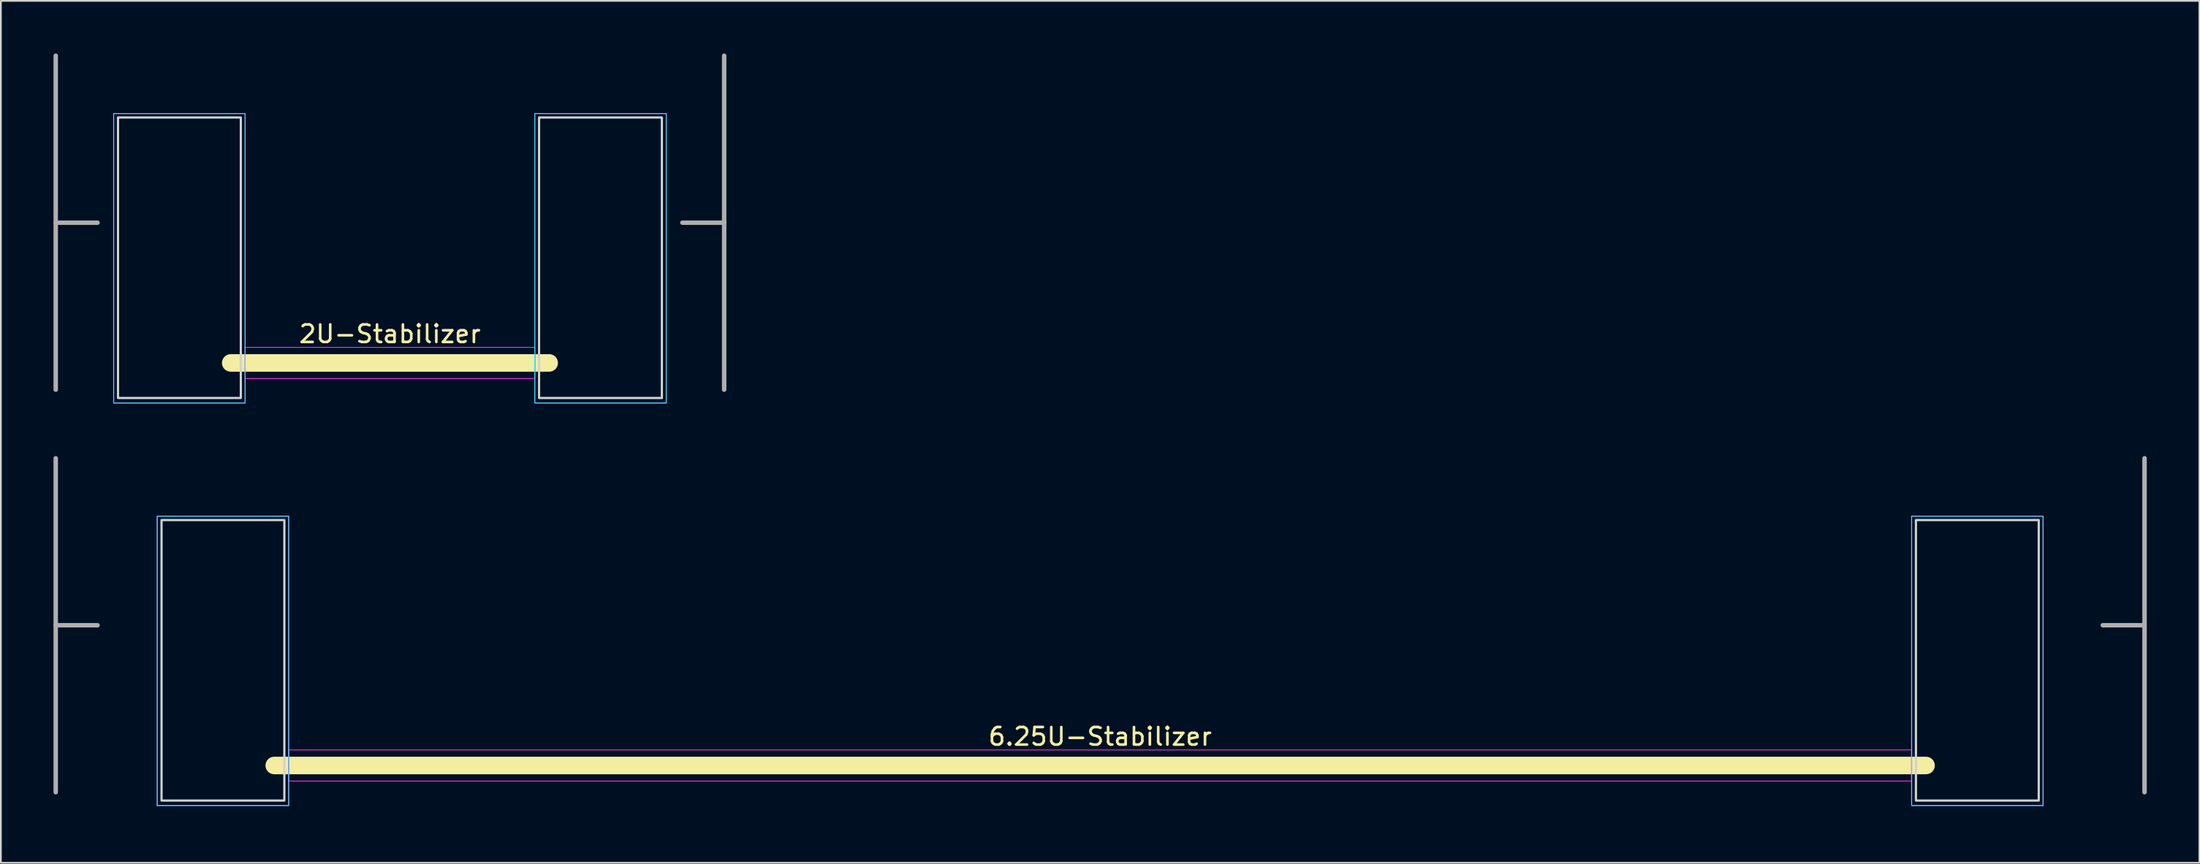
<source format=kicad_pcb>
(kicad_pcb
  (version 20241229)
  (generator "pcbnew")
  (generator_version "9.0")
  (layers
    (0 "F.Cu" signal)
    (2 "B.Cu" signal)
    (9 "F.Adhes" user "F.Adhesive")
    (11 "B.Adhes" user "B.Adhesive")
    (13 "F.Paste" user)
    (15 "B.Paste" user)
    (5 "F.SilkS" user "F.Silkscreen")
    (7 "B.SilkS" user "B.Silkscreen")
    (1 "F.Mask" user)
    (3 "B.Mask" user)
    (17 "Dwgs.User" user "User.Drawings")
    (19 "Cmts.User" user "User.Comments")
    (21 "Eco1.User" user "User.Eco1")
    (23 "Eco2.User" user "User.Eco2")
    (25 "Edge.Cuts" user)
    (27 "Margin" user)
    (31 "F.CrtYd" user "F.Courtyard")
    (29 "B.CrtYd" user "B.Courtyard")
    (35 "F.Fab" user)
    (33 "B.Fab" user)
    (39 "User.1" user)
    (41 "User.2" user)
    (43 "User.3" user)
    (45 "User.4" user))
  (footprint "2U-Stabilizer"
    (layer "F.Cu")
    (at 19.177 9.652)
    (property "Reference" "2U-Stabilizer" (at 0 6.35 0) (unlocked yes) (layer "F.SilkS") (effects (font (size 1 1) (thickness 0.15))))
    (attr smd)
    (fp_line (start 9.075 8) (end -9.075 8) (stroke (width 1) (type default)) (layer "F.SilkS"))
    (fp_rect (start -15.5 -6) (end -8.5 10) (stroke (width 0.127) (type default)) (fill no) (layer "Edge.Cuts"))
    (fp_rect (start 8.5 -6) (end 15.5 10) (stroke (width 0.127) (type default)) (fill no) (layer "Edge.Cuts"))
    (fp_rect (start -15.748 -6.223) (end -8.255 10.287) (stroke (width 0.05) (type default)) (fill no) (layer "B.CrtYd"))
    (fp_rect (start 8.255 -6.223) (end 15.748 10.287) (stroke (width 0.05) (type default)) (fill no) (layer "B.CrtYd"))
    (fp_rect (start -15.748 -6.223) (end -8.255 10.287) (stroke (width 0.05) (type default)) (fill no) (layer "F.CrtYd"))
    (fp_rect (start -8.255 7.112) (end 8.255 8.89) (stroke (width 0.05) (type default)) (fill no) (layer "F.CrtYd"))
    (fp_rect (start 8.255 -6.223) (end 15.748 10.287) (stroke (width 0.05) (type default)) (fill no) (layer "F.CrtYd"))
    (fp_line (start -19.05 -9.525) (end -19.05 9.525) (stroke (width 0.254) (type default)) (layer "F.Fab"))
    (fp_line (start -19.05 0) (end -16.669 0) (stroke (width 0.254) (type default)) (layer "F.Fab"))
    (fp_line (start 19.05 -9.525) (end 19.05 9.525) (stroke (width 0.254) (type default)) (layer "F.Fab"))
    (fp_line (start 19.05 0) (end 16.669 0) (stroke (width 0.254) (type default)) (layer "F.Fab"))
    (fp_circle (center 0 0) (end 0.01 0) (stroke (width 0.0001) (type default)) (fill no) (layer "F.Fab"))
    (fp_line (start -15 -5.6) (end -15 6.9) (stroke (width 0.1) (type default)) (layer "User.1"))
    (fp_line (start -15 6.9) (end -13.25 6.9) (stroke (width 0.1) (type default)) (layer "User.1"))
    (fp_line (start -13.25 6.9) (end -13.25 8.4) (stroke (width 0.1) (type default)) (layer "User.1"))
    (fp_line (start -13.25 8.4) (end -10.75 8.4) (stroke (width 0.1) (type default)) (layer "User.1"))
    (fp_line (start -10.75 6.9) (end -9 6.9) (stroke (width 0.1) (type default)) (layer "User.1"))
    (fp_line (start -10.75 8.4) (end -10.75 6.9) (stroke (width 0.1) (type default)) (layer "User.1"))
    (fp_line (start -9 -5.6) (end -15 -5.6) (stroke (width 0.1) (type default)) (layer "User.1"))
    (fp_line (start -9 0.15) (end -9 -5.6) (stroke (width 0.1) (type default)) (layer "User.1"))
    (fp_line (start -9 2.65) (end 9 2.65) (stroke (width 0.1) (type default)) (layer "User.1"))
    (fp_line (start -9 6.9) (end -9 2.65) (stroke (width 0.1) (type default)) (layer "User.1"))
    (fp_line (start 9 -5.6) (end 9 0.15) (stroke (width 0.1) (type default)) (layer "User.1"))
    (fp_line (start 9 0.15) (end -9 0.15) (stroke (width 0.1) (type default)) (layer "User.1"))
    (fp_line (start 9 2.65) (end 9 6.9) (stroke (width 0.1) (type default)) (layer "User.1"))
    (fp_line (start 9 6.9) (end 10.75 6.9) (stroke (width 0.1) (type default)) (layer "User.1"))
    (fp_line (start 10.75 6.9) (end 10.75 8.4) (stroke (width 0.1) (type default)) (layer "User.1"))
    (fp_line (start 10.75 8.4) (end 13.25 8.4) (stroke (width 0.1) (type default)) (layer "User.1"))
    (fp_line (start 13.25 6.9) (end 15 6.9) (stroke (width 0.1) (type default)) (layer "User.1"))
    (fp_line (start 13.25 8.4) (end 13.25 6.9) (stroke (width 0.1) (type default)) (layer "User.1"))
    (fp_line (start 15 -5.6) (end 9 -5.6) (stroke (width 0.1) (type default)) (layer "User.1"))
    (fp_line (start 15 6.9) (end 15 -5.6) (stroke (width 0.1) (type default)) (layer "User.1"))
    (fp_line (start -16 -6.5) (end -16 9.5) (stroke (width 0.1) (type default)) (layer "User.2"))
    (fp_line (start -16 9.5) (end 16 9.5) (stroke (width 0.1) (type default)) (layer "User.2"))
    (fp_line (start -8 -8) (end -8 -6.5) (stroke (width 0.1) (type default)) (layer "User.2"))
    (fp_line (start -8 -8) (end 8 -8) (stroke (width 0.1) (type default)) (layer "User.2"))
    (fp_line (start -8 -6.5) (end -16 -6.5) (stroke (width 0.1) (type default)) (layer "User.2"))
    (fp_line (start 8 -8) (end 8 -6.5) (stroke (width 0.1) (type default)) (layer "User.2"))
    (fp_line (start 16 -6.5) (end 8 -6.5) (stroke (width 0.1) (type default)) (layer "User.2"))
    (fp_line (start 16 -6.5) (end 16 9.5) (stroke (width 0.1) (type default)) (layer "User.2")))
  (footprint "6.25U-Stabilizer"
    (layer "F.Cu")
    (at 59.658 32.616)
    (property "Reference" "6.25U-Stabilizer" (at 0 6.35 0) (unlocked yes) (layer "F.SilkS") (effects (font (size 1 1) (thickness 0.15))))
    (attr smd)
    (fp_line (start 47.075 8) (end -47.075 8) (stroke (width 1) (type default)) (layer "F.SilkS"))
    (fp_rect (start -53.5 -6) (end -46.5 10) (stroke (width 0.127) (type default)) (fill no) (layer "Edge.Cuts"))
    (fp_rect (start 46.5 -6) (end 53.5 10) (stroke (width 0.127) (type default)) (fill no) (layer "Edge.Cuts"))
    (fp_rect (start -53.748 -6.223) (end -46.255 10.287) (stroke (width 0.05) (type default)) (fill no) (layer "B.CrtYd"))
    (fp_rect (start 46.255 -6.223) (end 53.748 10.287) (stroke (width 0.05) (type default)) (fill no) (layer "B.CrtYd"))
    (fp_rect (start -53.748 -6.223) (end -46.255 10.287) (stroke (width 0.05) (type default)) (fill no) (layer "F.CrtYd"))
    (fp_rect (start -46.255 7.112) (end 46.255 8.89) (stroke (width 0.05) (type default)) (fill no) (layer "F.CrtYd"))
    (fp_rect (start 46.255 -6.223) (end 53.748 10.287) (stroke (width 0.05) (type default)) (fill no) (layer "F.CrtYd"))
    (fp_line (start -59.531 -9.525) (end -59.531 9.525) (stroke (width 0.254) (type default)) (layer "F.Fab"))
    (fp_line (start -59.531 0) (end -57.15 0) (stroke (width 0.254) (type default)) (layer "F.Fab"))
    (fp_line (start 59.531 -9.525) (end 59.531 9.525) (stroke (width 0.254) (type default)) (layer "F.Fab"))
    (fp_line (start 59.531 0) (end 57.15 0) (stroke (width 0.254) (type default)) (layer "F.Fab"))
    (fp_circle (center 0 0) (end 0.01 0) (stroke (width 0.0001) (type default)) (fill no) (layer "F.Fab"))
    (fp_line (start -53 -5.6) (end -53 6.9) (stroke (width 0.1) (type default)) (layer "User.1"))
    (fp_line (start -53 6.9) (end -51.25 6.9) (stroke (width 0.1) (type default)) (layer "User.1"))
    (fp_line (start -51.25 6.9) (end -51.25 8.4) (stroke (width 0.1) (type default)) (layer "User.1"))
    (fp_line (start -51.25 8.4) (end -48.75 8.4) (stroke (width 0.1) (type default)) (layer "User.1"))
    (fp_line (start -48.75 6.9) (end -47 6.9) (stroke (width 0.1) (type default)) (layer "User.1"))
    (fp_line (start -48.75 8.4) (end -48.75 6.9) (stroke (width 0.1) (type default)) (layer "User.1"))
    (fp_line (start -47 -5.6) (end -53 -5.6) (stroke (width 0.1) (type default)) (layer "User.1"))
    (fp_line (start -47 0.15) (end -47 -5.6) (stroke (width 0.1) (type default)) (layer "User.1"))
    (fp_line (start -47 2.65) (end 47 2.65) (stroke (width 0.1) (type default)) (layer "User.1"))
    (fp_line (start -47 6.9) (end -47 2.65) (stroke (width 0.1) (type default)) (layer "User.1"))
    (fp_line (start 47 -5.6) (end 47 0.15) (stroke (width 0.1) (type default)) (layer "User.1"))
    (fp_line (start 47 0.15) (end -47 0.15) (stroke (width 0.1) (type default)) (layer "User.1"))
    (fp_line (start 47 2.65) (end 47 6.9) (stroke (width 0.1) (type default)) (layer "User.1"))
    (fp_line (start 47 6.9) (end 48.75 6.9) (stroke (width 0.1) (type default)) (layer "User.1"))
    (fp_line (start 48.75 6.9) (end 48.75 8.4) (stroke (width 0.1) (type default)) (layer "User.1"))
    (fp_line (start 48.75 8.4) (end 51.25 8.4) (stroke (width 0.1) (type default)) (layer "User.1"))
    (fp_line (start 51.25 6.9) (end 53 6.9) (stroke (width 0.1) (type default)) (layer "User.1"))
    (fp_line (start 51.25 8.4) (end 51.25 6.9) (stroke (width 0.1) (type default)) (layer "User.1"))
    (fp_line (start 53 -5.6) (end 47 -5.6) (stroke (width 0.1) (type default)) (layer "User.1"))
    (fp_line (start 53 6.9) (end 53 -5.6) (stroke (width 0.1) (type default)) (layer "User.1"))
    (fp_line (start -54 -6.5) (end -46 -6.5) (stroke (width 0.1) (type default)) (layer "User.2"))
    (fp_line (start -54 10.5) (end -54 -6.5) (stroke (width 0.1) (type default)) (layer "User.2"))
    (fp_line (start -46 -6.5) (end -46 -1) (stroke (width 0.1) (type default)) (layer "User.2"))
    (fp_line (start -46 -1) (end -8 -1) (stroke (width 0.1) (type default)) (layer "User.2"))
    (fp_line (start -8 -8) (end -8 -1) (stroke (width 0.1) (type default)) (layer "User.2"))
    (fp_line (start -8 -8) (end 8 -8) (stroke (width 0.1) (type default)) (layer "User.2"))
    (fp_line (start 8 -8) (end 8 -1) (stroke (width 0.1) (type default)) (layer "User.2"))
    (fp_line (start 8 -1) (end 46 -1) (stroke (width 0.1) (type default)) (layer "User.2"))
    (fp_line (start 46 -6.5) (end 54 -6.5) (stroke (width 0.1) (type default)) (layer "User.2"))
    (fp_line (start 46 -1) (end 46 -6.5) (stroke (width 0.1) (type default)) (layer "User.2"))
    (fp_line (start 54 -6.5) (end 54 10.5) (stroke (width 0.1) (type default)) (layer "User.2"))
    (fp_line (start 54 10.5) (end -54 10.5) (stroke (width 0.1) (type default)) (layer "User.2")))
  (gr_rect
    (start -3 -3)
    (end 122.317 46.166)
    (stroke (width 0.1) (type default))
    (fill no)
    (layer "Edge.Cuts")))
</source>
